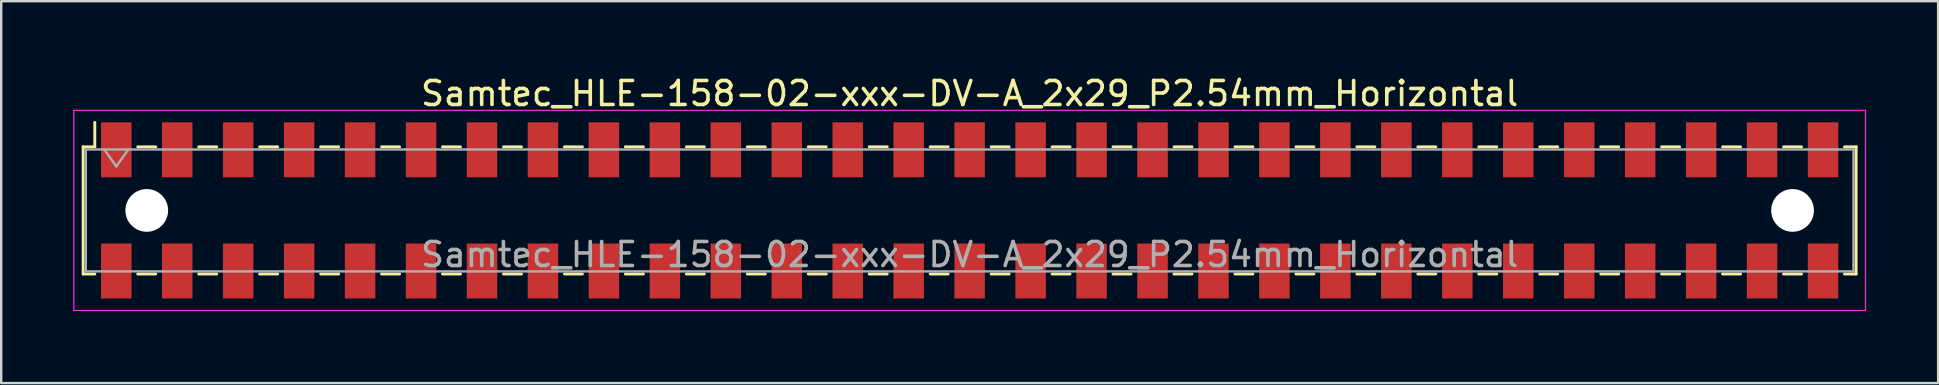
<source format=kicad_pcb>
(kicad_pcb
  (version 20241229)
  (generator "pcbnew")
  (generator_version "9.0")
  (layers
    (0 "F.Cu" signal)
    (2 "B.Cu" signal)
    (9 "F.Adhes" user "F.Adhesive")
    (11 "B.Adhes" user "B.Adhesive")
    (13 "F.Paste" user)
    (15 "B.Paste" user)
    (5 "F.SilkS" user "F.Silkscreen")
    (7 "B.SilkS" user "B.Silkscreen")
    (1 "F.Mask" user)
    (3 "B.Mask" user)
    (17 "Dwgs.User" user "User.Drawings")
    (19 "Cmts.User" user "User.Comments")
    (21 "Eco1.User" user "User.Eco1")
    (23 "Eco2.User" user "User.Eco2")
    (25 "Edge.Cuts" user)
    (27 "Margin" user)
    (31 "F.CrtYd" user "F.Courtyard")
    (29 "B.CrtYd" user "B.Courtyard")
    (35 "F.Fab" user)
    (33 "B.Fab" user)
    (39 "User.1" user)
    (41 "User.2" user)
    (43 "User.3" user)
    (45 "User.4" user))
  (footprint "Samtec_HLE-158-02-xxx-DV-A_2x29_P2.54mm_Horizontal"
    (layer "F.Cu")
    (at 37.355 5.718)
    (property "Reference" "Samtec_HLE-158-02-xxx-DV-A_2x29_P2.54mm_Horizontal" (at 0 -4.87 0) (layer "F.SilkS") (effects (font (size 1 1) (thickness 0.15))))
    (attr smd)
    (fp_line (start -36.94 -2.65) (end -36.94 2.65) (stroke (width 0.12) (type solid)) (layer "F.SilkS"))
    (fp_line (start -36.94 2.65) (end -36.455 2.65) (stroke (width 0.12) (type solid)) (layer "F.SilkS"))
    (fp_line (start -36.455 -3.67) (end -36.455 -2.65) (stroke (width 0.12) (type solid)) (layer "F.SilkS"))
    (fp_line (start -36.455 -2.65) (end -36.94 -2.65) (stroke (width 0.12) (type solid)) (layer "F.SilkS"))
    (fp_line (start -34.665 -2.65) (end -33.915 -2.65) (stroke (width 0.12) (type solid)) (layer "F.SilkS"))
    (fp_line (start -34.665 2.65) (end -33.915 2.65) (stroke (width 0.12) (type solid)) (layer "F.SilkS"))
    (fp_line (start -32.125 -2.65) (end -31.375 -2.65) (stroke (width 0.12) (type solid)) (layer "F.SilkS"))
    (fp_line (start -32.125 2.65) (end -31.375 2.65) (stroke (width 0.12) (type solid)) (layer "F.SilkS"))
    (fp_line (start -29.585 -2.65) (end -28.835 -2.65) (stroke (width 0.12) (type solid)) (layer "F.SilkS"))
    (fp_line (start -29.585 2.65) (end -28.835 2.65) (stroke (width 0.12) (type solid)) (layer "F.SilkS"))
    (fp_line (start -27.045 -2.65) (end -26.295 -2.65) (stroke (width 0.12) (type solid)) (layer "F.SilkS"))
    (fp_line (start -27.045 2.65) (end -26.295 2.65) (stroke (width 0.12) (type solid)) (layer "F.SilkS"))
    (fp_line (start -24.505 -2.65) (end -23.755 -2.65) (stroke (width 0.12) (type solid)) (layer "F.SilkS"))
    (fp_line (start -24.505 2.65) (end -23.755 2.65) (stroke (width 0.12) (type solid)) (layer "F.SilkS"))
    (fp_line (start -21.965 -2.65) (end -21.215 -2.65) (stroke (width 0.12) (type solid)) (layer "F.SilkS"))
    (fp_line (start -21.965 2.65) (end -21.215 2.65) (stroke (width 0.12) (type solid)) (layer "F.SilkS"))
    (fp_line (start -19.425 -2.65) (end -18.675 -2.65) (stroke (width 0.12) (type solid)) (layer "F.SilkS"))
    (fp_line (start -19.425 2.65) (end -18.675 2.65) (stroke (width 0.12) (type solid)) (layer "F.SilkS"))
    (fp_line (start -16.885 -2.65) (end -16.135 -2.65) (stroke (width 0.12) (type solid)) (layer "F.SilkS"))
    (fp_line (start -16.885 2.65) (end -16.135 2.65) (stroke (width 0.12) (type solid)) (layer "F.SilkS"))
    (fp_line (start -14.345 -2.65) (end -13.595 -2.65) (stroke (width 0.12) (type solid)) (layer "F.SilkS"))
    (fp_line (start -14.345 2.65) (end -13.595 2.65) (stroke (width 0.12) (type solid)) (layer "F.SilkS"))
    (fp_line (start -11.805 -2.65) (end -11.055 -2.65) (stroke (width 0.12) (type solid)) (layer "F.SilkS"))
    (fp_line (start -11.805 2.65) (end -11.055 2.65) (stroke (width 0.12) (type solid)) (layer "F.SilkS"))
    (fp_line (start -9.265 -2.65) (end -8.515 -2.65) (stroke (width 0.12) (type solid)) (layer "F.SilkS"))
    (fp_line (start -9.265 2.65) (end -8.515 2.65) (stroke (width 0.12) (type solid)) (layer "F.SilkS"))
    (fp_line (start -6.725 -2.65) (end -5.975 -2.65) (stroke (width 0.12) (type solid)) (layer "F.SilkS"))
    (fp_line (start -6.725 2.65) (end -5.975 2.65) (stroke (width 0.12) (type solid)) (layer "F.SilkS"))
    (fp_line (start -4.185 -2.65) (end -3.435 -2.65) (stroke (width 0.12) (type solid)) (layer "F.SilkS"))
    (fp_line (start -4.185 2.65) (end -3.435 2.65) (stroke (width 0.12) (type solid)) (layer "F.SilkS"))
    (fp_line (start -1.645 -2.65) (end -0.895 -2.65) (stroke (width 0.12) (type solid)) (layer "F.SilkS"))
    (fp_line (start -1.645 2.65) (end -0.895 2.65) (stroke (width 0.12) (type solid)) (layer "F.SilkS"))
    (fp_line (start 0.895 -2.65) (end 1.645 -2.65) (stroke (width 0.12) (type solid)) (layer "F.SilkS"))
    (fp_line (start 0.895 2.65) (end 1.645 2.65) (stroke (width 0.12) (type solid)) (layer "F.SilkS"))
    (fp_line (start 3.435 -2.65) (end 4.185 -2.65) (stroke (width 0.12) (type solid)) (layer "F.SilkS"))
    (fp_line (start 3.435 2.65) (end 4.185 2.65) (stroke (width 0.12) (type solid)) (layer "F.SilkS"))
    (fp_line (start 5.975 -2.65) (end 6.725 -2.65) (stroke (width 0.12) (type solid)) (layer "F.SilkS"))
    (fp_line (start 5.975 2.65) (end 6.725 2.65) (stroke (width 0.12) (type solid)) (layer "F.SilkS"))
    (fp_line (start 8.515 -2.65) (end 9.265 -2.65) (stroke (width 0.12) (type solid)) (layer "F.SilkS"))
    (fp_line (start 8.515 2.65) (end 9.265 2.65) (stroke (width 0.12) (type solid)) (layer "F.SilkS"))
    (fp_line (start 11.055 -2.65) (end 11.805 -2.65) (stroke (width 0.12) (type solid)) (layer "F.SilkS"))
    (fp_line (start 11.055 2.65) (end 11.805 2.65) (stroke (width 0.12) (type solid)) (layer "F.SilkS"))
    (fp_line (start 13.595 -2.65) (end 14.345 -2.65) (stroke (width 0.12) (type solid)) (layer "F.SilkS"))
    (fp_line (start 13.595 2.65) (end 14.345 2.65) (stroke (width 0.12) (type solid)) (layer "F.SilkS"))
    (fp_line (start 16.135 -2.65) (end 16.885 -2.65) (stroke (width 0.12) (type solid)) (layer "F.SilkS"))
    (fp_line (start 16.135 2.65) (end 16.885 2.65) (stroke (width 0.12) (type solid)) (layer "F.SilkS"))
    (fp_line (start 18.675 -2.65) (end 19.425 -2.65) (stroke (width 0.12) (type solid)) (layer "F.SilkS"))
    (fp_line (start 18.675 2.65) (end 19.425 2.65) (stroke (width 0.12) (type solid)) (layer "F.SilkS"))
    (fp_line (start 21.215 -2.65) (end 21.965 -2.65) (stroke (width 0.12) (type solid)) (layer "F.SilkS"))
    (fp_line (start 21.215 2.65) (end 21.965 2.65) (stroke (width 0.12) (type solid)) (layer "F.SilkS"))
    (fp_line (start 23.755 -2.65) (end 24.505 -2.65) (stroke (width 0.12) (type solid)) (layer "F.SilkS"))
    (fp_line (start 23.755 2.65) (end 24.505 2.65) (stroke (width 0.12) (type solid)) (layer "F.SilkS"))
    (fp_line (start 26.295 -2.65) (end 27.045 -2.65) (stroke (width 0.12) (type solid)) (layer "F.SilkS"))
    (fp_line (start 26.295 2.65) (end 27.045 2.65) (stroke (width 0.12) (type solid)) (layer "F.SilkS"))
    (fp_line (start 28.835 -2.65) (end 29.585 -2.65) (stroke (width 0.12) (type solid)) (layer "F.SilkS"))
    (fp_line (start 28.835 2.65) (end 29.585 2.65) (stroke (width 0.12) (type solid)) (layer "F.SilkS"))
    (fp_line (start 31.375 -2.65) (end 32.125 -2.65) (stroke (width 0.12) (type solid)) (layer "F.SilkS"))
    (fp_line (start 31.375 2.65) (end 32.125 2.65) (stroke (width 0.12) (type solid)) (layer "F.SilkS"))
    (fp_line (start 33.915 -2.65) (end 34.665 -2.65) (stroke (width 0.12) (type solid)) (layer "F.SilkS"))
    (fp_line (start 33.915 2.65) (end 34.665 2.65) (stroke (width 0.12) (type solid)) (layer "F.SilkS"))
    (fp_line (start 36.455 -2.65) (end 36.94 -2.65) (stroke (width 0.12) (type solid)) (layer "F.SilkS"))
    (fp_line (start 36.94 -2.65) (end 36.94 2.65) (stroke (width 0.12) (type solid)) (layer "F.SilkS"))
    (fp_line (start 36.94 2.65) (end 36.455 2.65) (stroke (width 0.12) (type solid)) (layer "F.SilkS"))
    (fp_line (start -37.33 -4.17) (end 37.33 -4.17) (stroke (width 0.05) (type solid)) (layer "F.CrtYd"))
    (fp_line (start -37.33 4.17) (end -37.33 -4.17) (stroke (width 0.05) (type solid)) (layer "F.CrtYd"))
    (fp_line (start 37.33 -4.17) (end 37.33 4.17) (stroke (width 0.05) (type solid)) (layer "F.CrtYd"))
    (fp_line (start 37.33 4.17) (end -37.33 4.17) (stroke (width 0.05) (type solid)) (layer "F.CrtYd"))
    (fp_line (start -36.83 -2.54) (end 36.83 -2.54) (stroke (width 0.1) (type solid)) (layer "F.Fab"))
    (fp_line (start -36.83 2.54) (end -36.83 -2.54) (stroke (width 0.1) (type solid)) (layer "F.Fab"))
    (fp_line (start -36.06 -2.54) (end -35.56 -1.833) (stroke (width 0.1) (type solid)) (layer "F.Fab"))
    (fp_line (start -35.56 -1.833) (end -35.06 -2.54) (stroke (width 0.1) (type solid)) (layer "F.Fab"))
    (fp_line (start 36.83 -2.54) (end 36.83 2.54) (stroke (width 0.1) (type solid)) (layer "F.Fab"))
    (fp_line (start 36.83 2.54) (end -36.83 2.54) (stroke (width 0.1) (type solid)) (layer "F.Fab"))
    (fp_text user "${REFERENCE}" (at 0 1.84 0) (layer "F.Fab") (effects (font (size 1 1) (thickness 0.15))))
    (pad "" np_thru_hole circle (at -34.29 0) (size 1.78 1.78) (drill 1.78) (layers "*.Cu" "*.Mask"))
    (pad "" np_thru_hole circle (at 34.29 0) (size 1.78 1.78) (drill 1.78) (layers "*.Cu" "*.Mask"))
    (pad "1" smd rect (at -35.56 -2.525) (size 1.27 2.29) (layers "F.Cu" "F.Mask" "F.Paste"))
    (pad "2" smd rect (at -35.56 2.525) (size 1.27 2.29) (layers "F.Cu" "F.Mask" "F.Paste"))
    (pad "3" smd rect (at -33.02 -2.525) (size 1.27 2.29) (layers "F.Cu" "F.Mask" "F.Paste"))
    (pad "4" smd rect (at -33.02 2.525) (size 1.27 2.29) (layers "F.Cu" "F.Mask" "F.Paste"))
    (pad "5" smd rect (at -30.48 -2.525) (size 1.27 2.29) (layers "F.Cu" "F.Mask" "F.Paste"))
    (pad "6" smd rect (at -30.48 2.525) (size 1.27 2.29) (layers "F.Cu" "F.Mask" "F.Paste"))
    (pad "7" smd rect (at -27.94 -2.525) (size 1.27 2.29) (layers "F.Cu" "F.Mask" "F.Paste"))
    (pad "8" smd rect (at -27.94 2.525) (size 1.27 2.29) (layers "F.Cu" "F.Mask" "F.Paste"))
    (pad "9" smd rect (at -25.4 -2.525) (size 1.27 2.29) (layers "F.Cu" "F.Mask" "F.Paste"))
    (pad "10" smd rect (at -25.4 2.525) (size 1.27 2.29) (layers "F.Cu" "F.Mask" "F.Paste"))
    (pad "11" smd rect (at -22.86 -2.525) (size 1.27 2.29) (layers "F.Cu" "F.Mask" "F.Paste"))
    (pad "12" smd rect (at -22.86 2.525) (size 1.27 2.29) (layers "F.Cu" "F.Mask" "F.Paste"))
    (pad "13" smd rect (at -20.32 -2.525) (size 1.27 2.29) (layers "F.Cu" "F.Mask" "F.Paste"))
    (pad "14" smd rect (at -20.32 2.525) (size 1.27 2.29) (layers "F.Cu" "F.Mask" "F.Paste"))
    (pad "15" smd rect (at -17.78 -2.525) (size 1.27 2.29) (layers "F.Cu" "F.Mask" "F.Paste"))
    (pad "16" smd rect (at -17.78 2.525) (size 1.27 2.29) (layers "F.Cu" "F.Mask" "F.Paste"))
    (pad "17" smd rect (at -15.24 -2.525) (size 1.27 2.29) (layers "F.Cu" "F.Mask" "F.Paste"))
    (pad "18" smd rect (at -15.24 2.525) (size 1.27 2.29) (layers "F.Cu" "F.Mask" "F.Paste"))
    (pad "19" smd rect (at -12.7 -2.525) (size 1.27 2.29) (layers "F.Cu" "F.Mask" "F.Paste"))
    (pad "20" smd rect (at -12.7 2.525) (size 1.27 2.29) (layers "F.Cu" "F.Mask" "F.Paste"))
    (pad "21" smd rect (at -10.16 -2.525) (size 1.27 2.29) (layers "F.Cu" "F.Mask" "F.Paste"))
    (pad "22" smd rect (at -10.16 2.525) (size 1.27 2.29) (layers "F.Cu" "F.Mask" "F.Paste"))
    (pad "23" smd rect (at -7.62 -2.525) (size 1.27 2.29) (layers "F.Cu" "F.Mask" "F.Paste"))
    (pad "24" smd rect (at -7.62 2.525) (size 1.27 2.29) (layers "F.Cu" "F.Mask" "F.Paste"))
    (pad "25" smd rect (at -5.08 -2.525) (size 1.27 2.29) (layers "F.Cu" "F.Mask" "F.Paste"))
    (pad "26" smd rect (at -5.08 2.525) (size 1.27 2.29) (layers "F.Cu" "F.Mask" "F.Paste"))
    (pad "27" smd rect (at -2.54 -2.525) (size 1.27 2.29) (layers "F.Cu" "F.Mask" "F.Paste"))
    (pad "28" smd rect (at -2.54 2.525) (size 1.27 2.29) (layers "F.Cu" "F.Mask" "F.Paste"))
    (pad "29" smd rect (at 0 -2.525) (size 1.27 2.29) (layers "F.Cu" "F.Mask" "F.Paste"))
    (pad "30" smd rect (at 0 2.525) (size 1.27 2.29) (layers "F.Cu" "F.Mask" "F.Paste"))
    (pad "31" smd rect (at 2.54 -2.525) (size 1.27 2.29) (layers "F.Cu" "F.Mask" "F.Paste"))
    (pad "32" smd rect (at 2.54 2.525) (size 1.27 2.29) (layers "F.Cu" "F.Mask" "F.Paste"))
    (pad "33" smd rect (at 5.08 -2.525) (size 1.27 2.29) (layers "F.Cu" "F.Mask" "F.Paste"))
    (pad "34" smd rect (at 5.08 2.525) (size 1.27 2.29) (layers "F.Cu" "F.Mask" "F.Paste"))
    (pad "35" smd rect (at 7.62 -2.525) (size 1.27 2.29) (layers "F.Cu" "F.Mask" "F.Paste"))
    (pad "36" smd rect (at 7.62 2.525) (size 1.27 2.29) (layers "F.Cu" "F.Mask" "F.Paste"))
    (pad "37" smd rect (at 10.16 -2.525) (size 1.27 2.29) (layers "F.Cu" "F.Mask" "F.Paste"))
    (pad "38" smd rect (at 10.16 2.525) (size 1.27 2.29) (layers "F.Cu" "F.Mask" "F.Paste"))
    (pad "39" smd rect (at 12.7 -2.525) (size 1.27 2.29) (layers "F.Cu" "F.Mask" "F.Paste"))
    (pad "40" smd rect (at 12.7 2.525) (size 1.27 2.29) (layers "F.Cu" "F.Mask" "F.Paste"))
    (pad "41" smd rect (at 15.24 -2.525) (size 1.27 2.29) (layers "F.Cu" "F.Mask" "F.Paste"))
    (pad "42" smd rect (at 15.24 2.525) (size 1.27 2.29) (layers "F.Cu" "F.Mask" "F.Paste"))
    (pad "43" smd rect (at 17.78 -2.525) (size 1.27 2.29) (layers "F.Cu" "F.Mask" "F.Paste"))
    (pad "44" smd rect (at 17.78 2.525) (size 1.27 2.29) (layers "F.Cu" "F.Mask" "F.Paste"))
    (pad "45" smd rect (at 20.32 -2.525) (size 1.27 2.29) (layers "F.Cu" "F.Mask" "F.Paste"))
    (pad "46" smd rect (at 20.32 2.525) (size 1.27 2.29) (layers "F.Cu" "F.Mask" "F.Paste"))
    (pad "47" smd rect (at 22.86 -2.525) (size 1.27 2.29) (layers "F.Cu" "F.Mask" "F.Paste"))
    (pad "48" smd rect (at 22.86 2.525) (size 1.27 2.29) (layers "F.Cu" "F.Mask" "F.Paste"))
    (pad "49" smd rect (at 25.4 -2.525) (size 1.27 2.29) (layers "F.Cu" "F.Mask" "F.Paste"))
    (pad "50" smd rect (at 25.4 2.525) (size 1.27 2.29) (layers "F.Cu" "F.Mask" "F.Paste"))
    (pad "51" smd rect (at 27.94 -2.525) (size 1.27 2.29) (layers "F.Cu" "F.Mask" "F.Paste"))
    (pad "52" smd rect (at 27.94 2.525) (size 1.27 2.29) (layers "F.Cu" "F.Mask" "F.Paste"))
    (pad "53" smd rect (at 30.48 -2.525) (size 1.27 2.29) (layers "F.Cu" "F.Mask" "F.Paste"))
    (pad "54" smd rect (at 30.48 2.525) (size 1.27 2.29) (layers "F.Cu" "F.Mask" "F.Paste"))
    (pad "55" smd rect (at 33.02 -2.525) (size 1.27 2.29) (layers "F.Cu" "F.Mask" "F.Paste"))
    (pad "56" smd rect (at 33.02 2.525) (size 1.27 2.29) (layers "F.Cu" "F.Mask" "F.Paste"))
    (pad "57" smd rect (at 35.56 -2.525) (size 1.27 2.29) (layers "F.Cu" "F.Mask" "F.Paste"))
    (pad "58" smd rect (at 35.56 2.525) (size 1.27 2.29) (layers "F.Cu" "F.Mask" "F.Paste")))
  (gr_rect
    (start -3 -3)
    (end 77.71 12.913)
    (stroke (width 0.1) (type default))
    (fill no)
    (layer "Edge.Cuts")))
</source>
